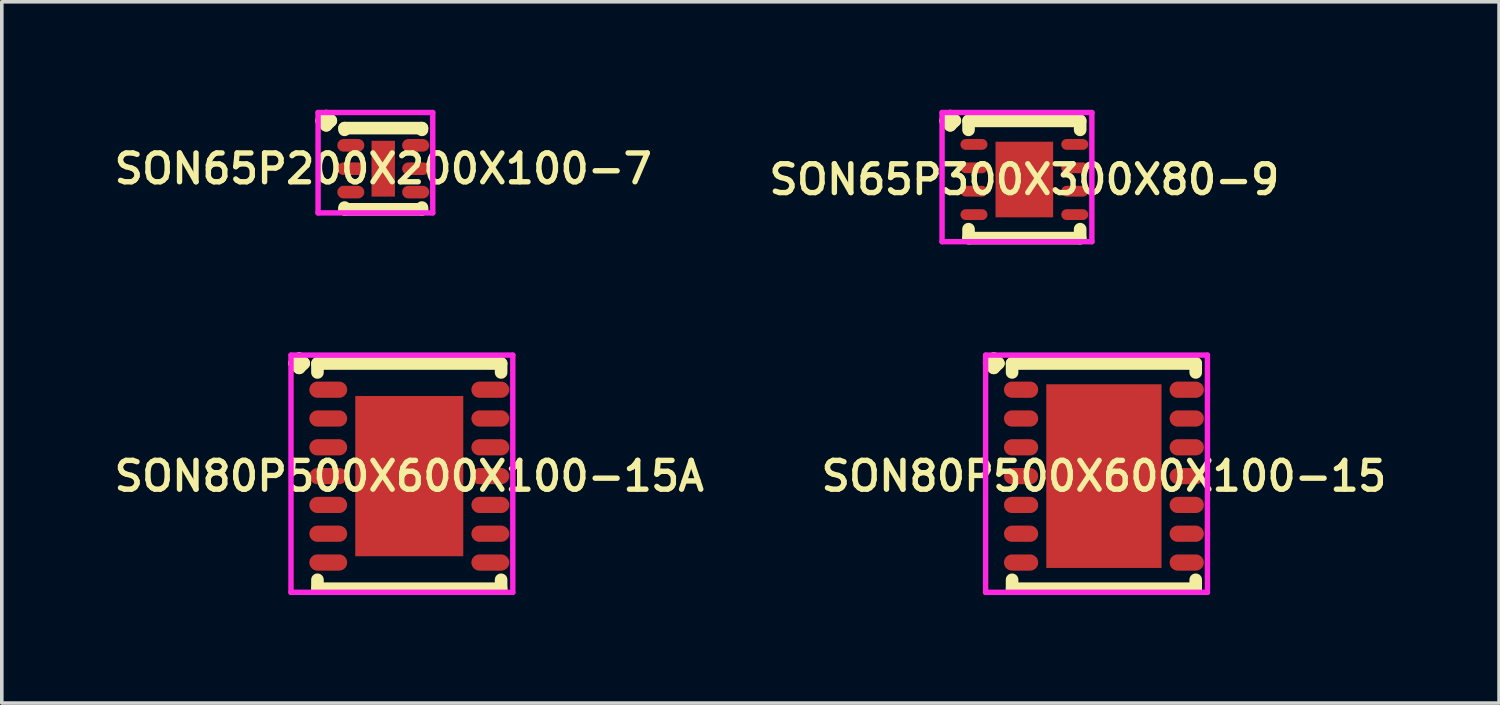
<source format=kicad_pcb>
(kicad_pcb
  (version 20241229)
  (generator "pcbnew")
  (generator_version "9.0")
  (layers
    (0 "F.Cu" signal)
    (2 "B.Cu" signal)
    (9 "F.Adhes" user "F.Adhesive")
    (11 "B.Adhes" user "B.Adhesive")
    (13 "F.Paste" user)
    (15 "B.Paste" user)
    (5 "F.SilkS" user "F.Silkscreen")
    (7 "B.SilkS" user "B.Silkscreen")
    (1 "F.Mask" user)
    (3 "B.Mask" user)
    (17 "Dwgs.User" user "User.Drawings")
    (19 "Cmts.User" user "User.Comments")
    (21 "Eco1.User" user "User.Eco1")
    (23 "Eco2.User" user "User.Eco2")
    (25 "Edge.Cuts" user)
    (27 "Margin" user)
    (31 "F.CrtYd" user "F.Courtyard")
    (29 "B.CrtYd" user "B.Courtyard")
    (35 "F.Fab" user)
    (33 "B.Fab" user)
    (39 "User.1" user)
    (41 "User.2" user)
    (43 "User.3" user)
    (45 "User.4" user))
  (footprint "SON65P300X300X80-9"
    (layer "F.Cu")
    (at 25.397 1.935)
    (property "Reference" "SON65P300X300X80-9" (at 0 0 0) (layer "F.SilkS") (effects (font (size 0.8 0.8) (thickness 0.15))))
    (attr smd)
    (fp_line (start -2.185 -1.633) (end -2.058 -1.76) (stroke (width 0.35) (type solid)) (layer "F.SilkS"))
    (fp_line (start -2.058 -1.76) (end -1.931 -1.633) (stroke (width 0.35) (type solid)) (layer "F.SilkS"))
    (fp_line (start -2.058 -1.506) (end -2.185 -1.633) (stroke (width 0.35) (type solid)) (layer "F.SilkS"))
    (fp_line (start -1.931 -1.633) (end -2.058 -1.506) (stroke (width 0.35) (type solid)) (layer "F.SilkS"))
    (fp_line (start -1.55 -1.627) (end 1.55 -1.627) (stroke (width 0.35) (type solid)) (layer "F.SilkS"))
    (fp_line (start -1.55 -1.379) (end -1.55 -1.627) (stroke (width 0.35) (type solid)) (layer "F.SilkS"))
    (fp_line (start -1.55 1.379) (end -1.55 1.627) (stroke (width 0.35) (type solid)) (layer "F.SilkS"))
    (fp_line (start -1.55 1.627) (end 1.55 1.627) (stroke (width 0.35) (type solid)) (layer "F.SilkS"))
    (fp_line (start 1.55 -1.627) (end 1.55 -1.379) (stroke (width 0.35) (type solid)) (layer "F.SilkS"))
    (fp_line (start 1.55 1.627) (end 1.55 1.379) (stroke (width 0.35) (type solid)) (layer "F.SilkS"))
    (fp_line (start -2.285 -1.86) (end 1.875 -1.86) (stroke (width 0.15) (type solid)) (layer "F.CrtYd"))
    (fp_line (start -2.285 1.727) (end -2.285 -1.86) (stroke (width 0.15) (type solid)) (layer "F.CrtYd"))
    (fp_line (start 1.875 -1.86) (end 1.875 1.727) (stroke (width 0.15) (type solid)) (layer "F.CrtYd"))
    (fp_line (start 1.875 1.727) (end -2.285 1.727) (stroke (width 0.15) (type solid)) (layer "F.CrtYd"))
    (pad "1" smd oval (at -1.4 -0.975) (size 0.75 0.3) (layers "F.Cu" "F.Mask" "F.Paste"))
    (pad "2" smd oval (at -1.4 -0.325) (size 0.75 0.3) (layers "F.Cu" "F.Mask" "F.Paste"))
    (pad "3" smd oval (at -1.4 0.325) (size 0.75 0.3) (layers "F.Cu" "F.Mask" "F.Paste"))
    (pad "4" smd oval (at -1.4 0.975) (size 0.75 0.3) (layers "F.Cu" "F.Mask" "F.Paste"))
    (pad "5" smd oval (at 1.4 0.975) (size 0.75 0.3) (layers "F.Cu" "F.Mask" "F.Paste"))
    (pad "6" smd oval (at 1.4 0.325) (size 0.75 0.3) (layers "F.Cu" "F.Mask" "F.Paste"))
    (pad "7" smd oval (at 1.4 -0.325) (size 0.75 0.3) (layers "F.Cu" "F.Mask" "F.Paste"))
    (pad "8" smd oval (at 1.4 -0.975) (size 0.75 0.3) (layers "F.Cu" "F.Mask" "F.Paste"))
    (pad "9" smd rect (at 0 0) (size 1.6 2.1) (layers "F.Cu" "F.Mask" "F.Paste")))
  (footprint "SON80P500X600X100-15"
    (layer "F.Cu")
    (at 27.606 10.172)
    (property "Reference" "SON80P500X600X100-15" (at 0 0 0) (layer "F.SilkS") (effects (font (size 0.8 0.8) (thickness 0.15))))
    (attr smd)
    (fp_line (start -3.185 -3.133) (end -3.058 -3.26) (stroke (width 0.35) (type solid)) (layer "F.SilkS"))
    (fp_line (start -3.058 -3.26) (end -2.931 -3.133) (stroke (width 0.35) (type solid)) (layer "F.SilkS"))
    (fp_line (start -3.058 -3.006) (end -3.185 -3.133) (stroke (width 0.35) (type solid)) (layer "F.SilkS"))
    (fp_line (start -2.931 -3.133) (end -3.058 -3.006) (stroke (width 0.35) (type solid)) (layer "F.SilkS"))
    (fp_line (start -2.55 -3.127) (end 2.55 -3.127) (stroke (width 0.35) (type solid)) (layer "F.SilkS"))
    (fp_line (start -2.55 -2.879) (end -2.55 -3.127) (stroke (width 0.35) (type solid)) (layer "F.SilkS"))
    (fp_line (start -2.55 2.879) (end -2.55 3.127) (stroke (width 0.35) (type solid)) (layer "F.SilkS"))
    (fp_line (start -2.55 3.127) (end 2.55 3.127) (stroke (width 0.35) (type solid)) (layer "F.SilkS"))
    (fp_line (start 2.55 -3.127) (end 2.55 -2.879) (stroke (width 0.35) (type solid)) (layer "F.SilkS"))
    (fp_line (start 2.55 3.127) (end 2.55 2.879) (stroke (width 0.35) (type solid)) (layer "F.SilkS"))
    (fp_line (start -3.285 -3.36) (end 2.875 -3.36) (stroke (width 0.15) (type solid)) (layer "F.CrtYd"))
    (fp_line (start -3.285 3.227) (end -3.285 -3.36) (stroke (width 0.15) (type solid)) (layer "F.CrtYd"))
    (fp_line (start 2.875 -3.36) (end 2.875 3.227) (stroke (width 0.15) (type solid)) (layer "F.CrtYd"))
    (fp_line (start 2.875 3.227) (end -3.285 3.227) (stroke (width 0.15) (type solid)) (layer "F.CrtYd"))
    (pad "1" smd oval (at -2.3 -2.4) (size 0.95 0.45) (layers "F.Cu" "F.Mask" "F.Paste"))
    (pad "2" smd oval (at -2.3 -1.6) (size 0.95 0.45) (layers "F.Cu" "F.Mask" "F.Paste"))
    (pad "3" smd oval (at -2.3 -0.8) (size 0.95 0.45) (layers "F.Cu" "F.Mask" "F.Paste"))
    (pad "4" smd oval (at -2.3 0) (size 0.95 0.45) (layers "F.Cu" "F.Mask" "F.Paste"))
    (pad "5" smd oval (at -2.3 0.8) (size 0.95 0.45) (layers "F.Cu" "F.Mask" "F.Paste"))
    (pad "6" smd oval (at -2.3 1.6) (size 0.95 0.45) (layers "F.Cu" "F.Mask" "F.Paste"))
    (pad "7" smd oval (at -2.3 2.4) (size 0.95 0.45) (layers "F.Cu" "F.Mask" "F.Paste"))
    (pad "8" smd oval (at 2.3 2.4) (size 0.95 0.45) (layers "F.Cu" "F.Mask" "F.Paste"))
    (pad "9" smd oval (at 2.3 1.6) (size 0.95 0.45) (layers "F.Cu" "F.Mask" "F.Paste"))
    (pad "10" smd oval (at 2.3 0.8) (size 0.95 0.45) (layers "F.Cu" "F.Mask" "F.Paste"))
    (pad "11" smd oval (at 2.3 0) (size 0.95 0.45) (layers "F.Cu" "F.Mask" "F.Paste"))
    (pad "12" smd oval (at 2.3 -0.8) (size 0.95 0.45) (layers "F.Cu" "F.Mask" "F.Paste"))
    (pad "13" smd oval (at 2.3 -1.6) (size 0.95 0.45) (layers "F.Cu" "F.Mask" "F.Paste"))
    (pad "14" smd oval (at 2.3 -2.4) (size 0.95 0.45) (layers "F.Cu" "F.Mask" "F.Paste"))
    (pad "15" smd rect (at 0 0) (size 3.2 5.1) (layers "F.Cu" "F.Mask" "F.Paste")))
  (footprint "SON65P200X200X100-7"
    (layer "F.Cu")
    (at 7.593 1.635)
    (property "Reference" "SON65P200X200X100-7" (at 0 0 0) (layer "F.SilkS") (effects (font (size 0.8 0.8) (thickness 0.15))))
    (attr smd)
    (fp_line (start -1.71 -1.333) (end -1.583 -1.46) (stroke (width 0.35) (type solid)) (layer "F.SilkS"))
    (fp_line (start -1.583 -1.46) (end -1.456 -1.333) (stroke (width 0.35) (type solid)) (layer "F.SilkS"))
    (fp_line (start -1.583 -1.206) (end -1.71 -1.333) (stroke (width 0.35) (type solid)) (layer "F.SilkS"))
    (fp_line (start -1.456 -1.333) (end -1.583 -1.206) (stroke (width 0.35) (type solid)) (layer "F.SilkS"))
    (fp_line (start -1.075 -1.127) (end 1.075 -1.127) (stroke (width 0.35) (type solid)) (layer "F.SilkS"))
    (fp_line (start -1.075 -1.079) (end -1.075 -1.127) (stroke (width 0.35) (type solid)) (layer "F.SilkS"))
    (fp_line (start -1.075 1.079) (end -1.075 1.127) (stroke (width 0.35) (type solid)) (layer "F.SilkS"))
    (fp_line (start -1.075 1.127) (end 1.075 1.127) (stroke (width 0.35) (type solid)) (layer "F.SilkS"))
    (fp_line (start 1.075 -1.127) (end 1.075 -1.079) (stroke (width 0.35) (type solid)) (layer "F.SilkS"))
    (fp_line (start 1.075 1.127) (end 1.075 1.079) (stroke (width 0.35) (type solid)) (layer "F.SilkS"))
    (fp_line (start -1.81 -1.56) (end 1.375 -1.56) (stroke (width 0.15) (type solid)) (layer "F.CrtYd"))
    (fp_line (start -1.81 1.227) (end -1.81 -1.56) (stroke (width 0.15) (type solid)) (layer "F.CrtYd"))
    (fp_line (start 1.375 -1.56) (end 1.375 1.227) (stroke (width 0.15) (type solid)) (layer "F.CrtYd"))
    (fp_line (start 1.375 1.227) (end -1.81 1.227) (stroke (width 0.15) (type solid)) (layer "F.CrtYd"))
    (pad "1" smd oval (at -0.9 -0.65) (size 0.75 0.35) (layers "F.Cu" "F.Mask" "F.Paste"))
    (pad "2" smd oval (at -0.9 0) (size 0.75 0.35) (layers "F.Cu" "F.Mask" "F.Paste"))
    (pad "3" smd oval (at -0.9 0.65) (size 0.75 0.35) (layers "F.Cu" "F.Mask" "F.Paste"))
    (pad "4" smd oval (at 0.9 0.65) (size 0.75 0.35) (layers "F.Cu" "F.Mask" "F.Paste"))
    (pad "5" smd oval (at 0.9 0) (size 0.75 0.35) (layers "F.Cu" "F.Mask" "F.Paste"))
    (pad "6" smd oval (at 0.9 -0.65) (size 0.75 0.35) (layers "F.Cu" "F.Mask" "F.Paste"))
    (pad "7" smd rect (at 0 0) (size 0.65 1.55) (layers "F.Cu" "F.Mask" "F.Paste")))
  (footprint "SON80P500X600X100-15A"
    (layer "F.Cu")
    (at 8.316 10.172)
    (property "Reference" "SON80P500X600X100-15A" (at 0 0 0) (layer "F.SilkS") (effects (font (size 0.8 0.8) (thickness 0.15))))
    (attr smd)
    (fp_line (start -3.185 -3.133) (end -3.058 -3.26) (stroke (width 0.35) (type solid)) (layer "F.SilkS"))
    (fp_line (start -3.058 -3.26) (end -2.931 -3.133) (stroke (width 0.35) (type solid)) (layer "F.SilkS"))
    (fp_line (start -3.058 -3.006) (end -3.185 -3.133) (stroke (width 0.35) (type solid)) (layer "F.SilkS"))
    (fp_line (start -2.931 -3.133) (end -3.058 -3.006) (stroke (width 0.35) (type solid)) (layer "F.SilkS"))
    (fp_line (start -2.55 -3.127) (end 2.55 -3.127) (stroke (width 0.35) (type solid)) (layer "F.SilkS"))
    (fp_line (start -2.55 -2.879) (end -2.55 -3.127) (stroke (width 0.35) (type solid)) (layer "F.SilkS"))
    (fp_line (start -2.55 2.879) (end -2.55 3.127) (stroke (width 0.35) (type solid)) (layer "F.SilkS"))
    (fp_line (start -2.55 3.127) (end 2.55 3.127) (stroke (width 0.35) (type solid)) (layer "F.SilkS"))
    (fp_line (start 2.55 -3.127) (end 2.55 -2.879) (stroke (width 0.35) (type solid)) (layer "F.SilkS"))
    (fp_line (start 2.55 3.127) (end 2.55 2.879) (stroke (width 0.35) (type solid)) (layer "F.SilkS"))
    (fp_line (start -3.285 -3.36) (end 2.875 -3.36) (stroke (width 0.15) (type solid)) (layer "F.CrtYd"))
    (fp_line (start -3.285 3.227) (end -3.285 -3.36) (stroke (width 0.15) (type solid)) (layer "F.CrtYd"))
    (fp_line (start 2.875 -3.36) (end 2.875 3.227) (stroke (width 0.15) (type solid)) (layer "F.CrtYd"))
    (fp_line (start 2.875 3.227) (end -3.285 3.227) (stroke (width 0.15) (type solid)) (layer "F.CrtYd"))
    (pad "1" smd oval (at -2.25 -2.4) (size 1.05 0.45) (layers "F.Cu" "F.Mask" "F.Paste"))
    (pad "2" smd oval (at -2.25 -1.6) (size 1.05 0.45) (layers "F.Cu" "F.Mask" "F.Paste"))
    (pad "3" smd oval (at -2.25 -0.8) (size 1.05 0.45) (layers "F.Cu" "F.Mask" "F.Paste"))
    (pad "4" smd oval (at -2.25 0) (size 1.05 0.45) (layers "F.Cu" "F.Mask" "F.Paste"))
    (pad "5" smd oval (at -2.25 0.8) (size 1.05 0.45) (layers "F.Cu" "F.Mask" "F.Paste"))
    (pad "6" smd oval (at -2.25 1.6) (size 1.05 0.45) (layers "F.Cu" "F.Mask" "F.Paste"))
    (pad "7" smd oval (at -2.25 2.4) (size 1.05 0.45) (layers "F.Cu" "F.Mask" "F.Paste"))
    (pad "8" smd oval (at 2.25 2.4) (size 1.05 0.45) (layers "F.Cu" "F.Mask" "F.Paste"))
    (pad "9" smd oval (at 2.25 1.6) (size 1.05 0.45) (layers "F.Cu" "F.Mask" "F.Paste"))
    (pad "10" smd oval (at 2.25 0.8) (size 1.05 0.45) (layers "F.Cu" "F.Mask" "F.Paste"))
    (pad "11" smd oval (at 2.25 0) (size 1.05 0.45) (layers "F.Cu" "F.Mask" "F.Paste"))
    (pad "12" smd oval (at 2.25 -0.8) (size 1.05 0.45) (layers "F.Cu" "F.Mask" "F.Paste"))
    (pad "13" smd oval (at 2.25 -1.6) (size 1.05 0.45) (layers "F.Cu" "F.Mask" "F.Paste"))
    (pad "14" smd oval (at 2.25 -2.4) (size 1.05 0.45) (layers "F.Cu" "F.Mask" "F.Paste"))
    (pad "15" smd rect (at 0 0) (size 3 4.45) (layers "F.Cu" "F.Mask" "F.Paste")))
  (gr_rect
    (start -3 -3)
    (end 38.58 16.474)
    (stroke (width 0.1) (type default))
    (fill no)
    (layer "Edge.Cuts")))
</source>
